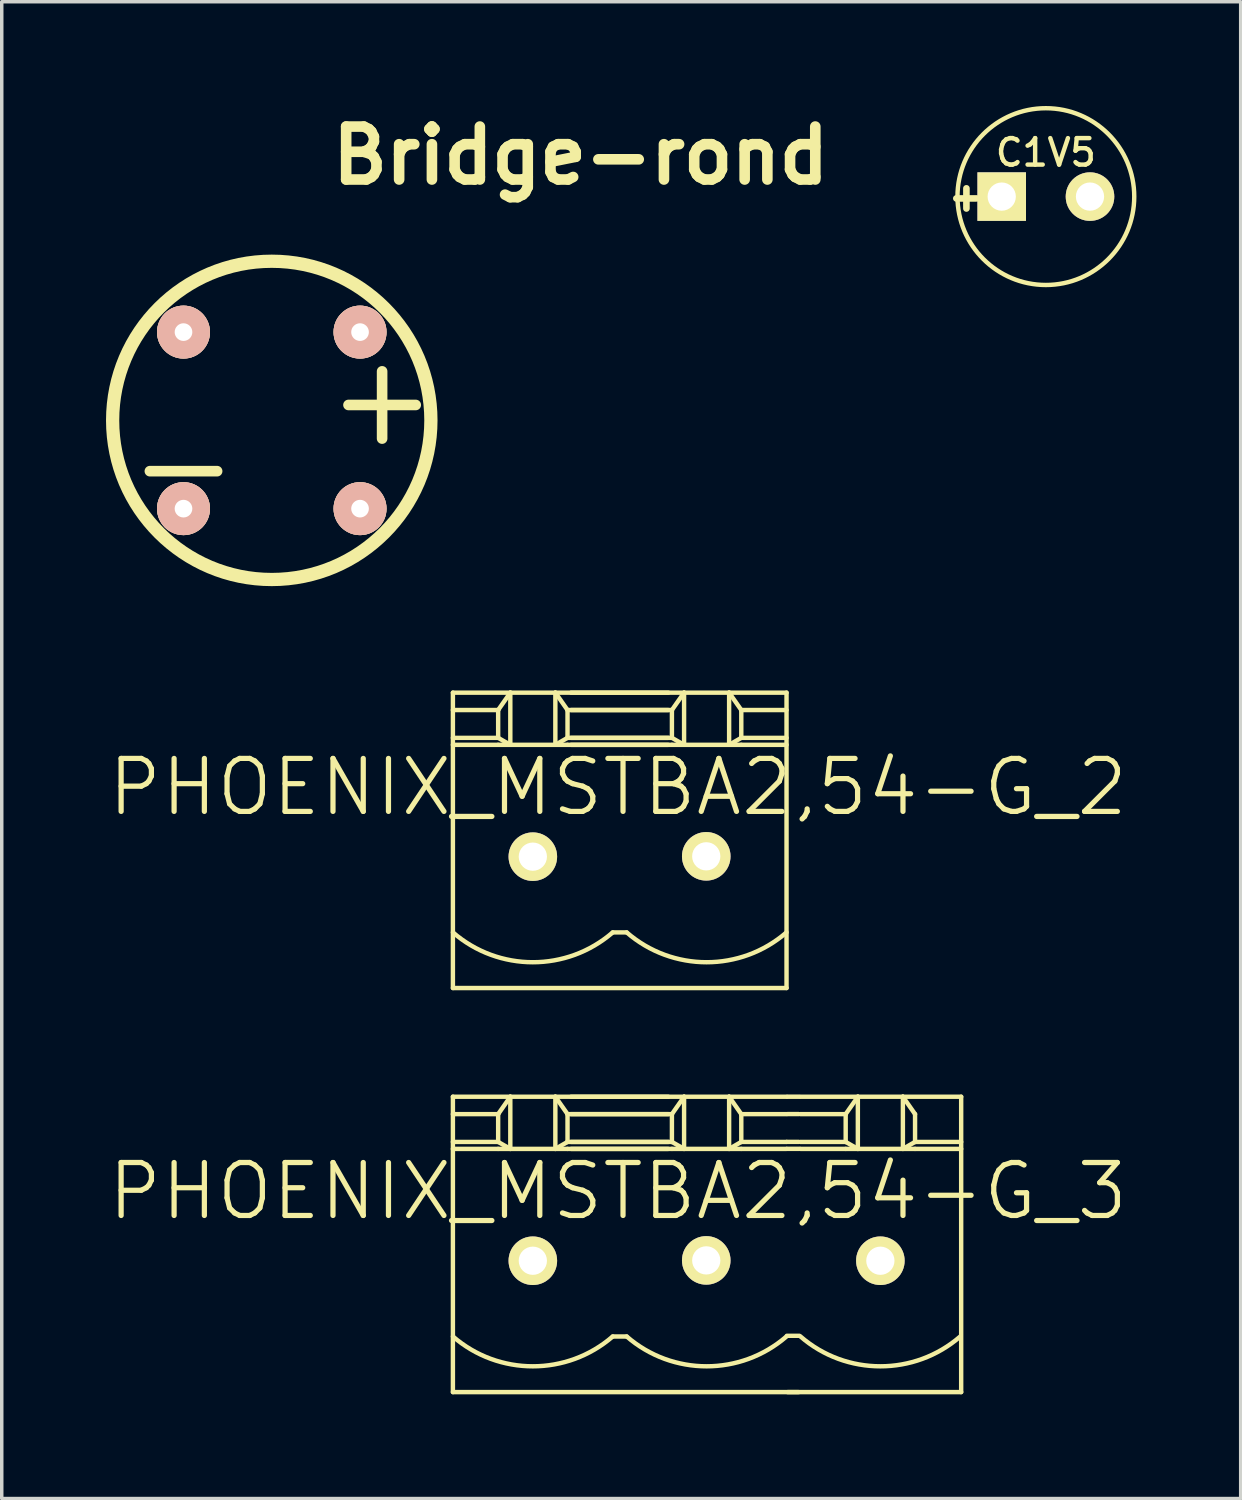
<source format=kicad_pcb>
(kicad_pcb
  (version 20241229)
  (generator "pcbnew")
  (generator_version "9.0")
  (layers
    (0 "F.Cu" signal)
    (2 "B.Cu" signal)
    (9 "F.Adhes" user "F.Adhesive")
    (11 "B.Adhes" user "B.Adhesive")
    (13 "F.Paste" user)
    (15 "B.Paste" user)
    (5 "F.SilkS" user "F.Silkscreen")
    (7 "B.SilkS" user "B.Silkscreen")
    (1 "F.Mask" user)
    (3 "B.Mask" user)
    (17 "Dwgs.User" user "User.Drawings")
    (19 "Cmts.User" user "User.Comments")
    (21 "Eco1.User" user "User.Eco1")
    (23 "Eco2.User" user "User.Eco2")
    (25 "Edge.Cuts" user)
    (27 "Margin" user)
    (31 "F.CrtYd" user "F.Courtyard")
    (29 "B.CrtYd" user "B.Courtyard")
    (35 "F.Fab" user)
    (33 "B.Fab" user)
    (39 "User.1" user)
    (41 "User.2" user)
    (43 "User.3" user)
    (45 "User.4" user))
  (footprint "Bridge-rond"
    (layer "F.Cu")
    (at 2.23 6.506)
    (property "Reference" "Bridge-rond" (at 11.43 -5.08 0) (layer "F.SilkS") (effects (font (size 1.524 1.524) (thickness 0.305))))
    (attr through_hole)
    (fp_circle (center 2.54 2.54) (end 6.35 5.08) (stroke (width 0.381) (type solid)) (fill no) (layer "F.SilkS"))
    (fp_text user "+" (at 5.715 1.905 0) (layer "F.SilkS") (effects (font (size 2.54 2.54) (thickness 0.305))))
    (fp_text user "-" (at 0 3.81 0) (layer "F.SilkS") (effects (font (size 2.54 2.54) (thickness 0.305))))
    (pad "1" thru_hole circle (at 0 5.08) (size 1.524 1.524) (drill 0.508) (layers "*.Cu" "*.SilkS" "*.Mask"))
    (pad "2" thru_hole circle (at 5.08 5.08) (size 1.524 1.524) (drill 0.508) (layers "*.Cu" "*.SilkS" "*.Mask"))
    (pad "3" thru_hole circle (at 5.08 0) (size 1.524 1.524) (drill 0.508) (layers "*.Cu" "*.SilkS" "*.Mask"))
    (pad "4" thru_hole circle (at 0 0) (size 1.524 1.524) (drill 0.508) (layers "*.Cu" "*.SilkS" "*.Mask")))
  (footprint "PHOENIX_MSTBA2,54-G_2"
    (layer "F.Cu")
    (at 14.732 21.6)
    (property "Reference" "PHOENIX_MSTBA2,54-G_2" (at 0 -2 0) (layer "F.SilkS") (effects (font (size 1.524 1.524) (thickness 0.15))))
    (attr exclude_from_pos_files exclude_from_bom)
    (fp_line (start -4.75 -4.72) (end -4.75 3.78) (stroke (width 0.127) (type solid)) (layer "F.SilkS"))
    (fp_line (start -4.75 -4.719) (end -3.098 -4.719) (stroke (width 0.127) (type solid)) (layer "F.SilkS"))
    (fp_line (start -3.448 -4.219) (end -4.75 -4.219) (stroke (width 0.127) (type solid)) (layer "F.SilkS"))
    (fp_line (start -3.448 -4.219) (end -3.098 -4.719) (stroke (width 0.127) (type solid)) (layer "F.SilkS"))
    (fp_line (start -3.448 -3.419) (end -4.75 -3.419) (stroke (width 0.127) (type solid)) (layer "F.SilkS"))
    (fp_line (start -3.448 -3.419) (end -3.448 -4.219) (stroke (width 0.127) (type solid)) (layer "F.SilkS"))
    (fp_line (start -3.448 -3.419) (end -3.098 -3.218) (stroke (width 0.127) (type solid)) (layer "F.SilkS"))
    (fp_line (start -3.448 -3.218) (end -4.75 -3.218) (stroke (width 0.127) (type solid)) (layer "F.SilkS"))
    (fp_line (start -3.448 -3.218) (end -3.098 -3.218) (stroke (width 0.127) (type solid)) (layer "F.SilkS"))
    (fp_line (start -3.098 -4.719) (end -3.098 -3.218) (stroke (width 0.127) (type solid)) (layer "F.SilkS"))
    (fp_line (start -3.098 -4.719) (end -1.802 -4.719) (stroke (width 0.127) (type solid)) (layer "F.SilkS"))
    (fp_line (start -3.098 -3.218) (end -1.802 -3.218) (stroke (width 0.127) (type solid)) (layer "F.SilkS"))
    (fp_line (start -1.802 -4.719) (end -1.802 -3.218) (stroke (width 0.127) (type solid)) (layer "F.SilkS"))
    (fp_line (start -1.802 -4.719) (end -1.452 -4.219) (stroke (width 0.127) (type solid)) (layer "F.SilkS"))
    (fp_line (start -1.802 -4.719) (end 1.449 -4.719) (stroke (width 0.127) (type solid)) (layer "F.SilkS"))
    (fp_line (start -1.802 -3.218) (end -1.452 -3.218) (stroke (width 0.127) (type solid)) (layer "F.SilkS"))
    (fp_line (start -1.452 -4.219) (end -1.452 -3.419) (stroke (width 0.127) (type solid)) (layer "F.SilkS"))
    (fp_line (start -1.452 -4.219) (end 1.449 -4.219) (stroke (width 0.127) (type solid)) (layer "F.SilkS"))
    (fp_line (start -1.452 -3.419) (end -1.802 -3.218) (stroke (width 0.127) (type solid)) (layer "F.SilkS"))
    (fp_line (start -1.452 -3.419) (end 1.449 -3.419) (stroke (width 0.127) (type solid)) (layer "F.SilkS"))
    (fp_line (start -1.452 -3.218) (end 1.449 -3.218) (stroke (width 0.127) (type solid)) (layer "F.SilkS"))
    (fp_line (start -1.349 -4.719) (end 1.902 -4.719) (stroke (width 0.127) (type solid)) (layer "F.SilkS"))
    (fp_line (start -0.15 2.18) (end 0.25 2.18) (stroke (width 0.127) (type solid)) (layer "F.SilkS"))
    (fp_line (start 1.552 -4.219) (end -1.349 -4.219) (stroke (width 0.127) (type solid)) (layer "F.SilkS"))
    (fp_line (start 1.552 -4.219) (end 1.902 -4.719) (stroke (width 0.127) (type solid)) (layer "F.SilkS"))
    (fp_line (start 1.552 -3.419) (end -1.349 -3.419) (stroke (width 0.127) (type solid)) (layer "F.SilkS"))
    (fp_line (start 1.552 -3.419) (end 1.552 -4.219) (stroke (width 0.127) (type solid)) (layer "F.SilkS"))
    (fp_line (start 1.552 -3.419) (end 1.902 -3.218) (stroke (width 0.127) (type solid)) (layer "F.SilkS"))
    (fp_line (start 1.552 -3.218) (end -1.349 -3.218) (stroke (width 0.127) (type solid)) (layer "F.SilkS"))
    (fp_line (start 1.552 -3.218) (end 1.902 -3.218) (stroke (width 0.127) (type solid)) (layer "F.SilkS"))
    (fp_line (start 1.902 -4.719) (end 1.902 -3.218) (stroke (width 0.127) (type solid)) (layer "F.SilkS"))
    (fp_line (start 1.902 -4.719) (end 3.198 -4.719) (stroke (width 0.127) (type solid)) (layer "F.SilkS"))
    (fp_line (start 1.902 -3.218) (end 3.198 -3.218) (stroke (width 0.127) (type solid)) (layer "F.SilkS"))
    (fp_line (start 3.198 -4.719) (end 3.198 -3.218) (stroke (width 0.127) (type solid)) (layer "F.SilkS"))
    (fp_line (start 3.198 -4.719) (end 3.548 -4.219) (stroke (width 0.127) (type solid)) (layer "F.SilkS"))
    (fp_line (start 3.198 -4.719) (end 4.85 -4.719) (stroke (width 0.127) (type solid)) (layer "F.SilkS"))
    (fp_line (start 3.198 -3.218) (end 3.548 -3.218) (stroke (width 0.127) (type solid)) (layer "F.SilkS"))
    (fp_line (start 3.548 -4.219) (end 3.548 -3.419) (stroke (width 0.127) (type solid)) (layer "F.SilkS"))
    (fp_line (start 3.548 -4.219) (end 4.85 -4.219) (stroke (width 0.127) (type solid)) (layer "F.SilkS"))
    (fp_line (start 3.548 -3.419) (end 3.198 -3.218) (stroke (width 0.127) (type solid)) (layer "F.SilkS"))
    (fp_line (start 3.548 -3.419) (end 4.85 -3.419) (stroke (width 0.127) (type solid)) (layer "F.SilkS"))
    (fp_line (start 3.548 -3.218) (end 4.85 -3.218) (stroke (width 0.127) (type solid)) (layer "F.SilkS"))
    (fp_line (start 4.85 -4.72) (end 4.85 3.78) (stroke (width 0.127) (type solid)) (layer "F.SilkS"))
    (fp_line (start 4.85 3.78) (end -4.749 3.78) (stroke (width 0.127) (type solid)) (layer "F.SilkS"))
    (fp_arc (start -0.1513 2.17964) (mid -2.450133 3.037896) (end -4.748901 2.179466) (stroke (width 0.127) (type solid)) (layer "F.SilkS"))
    (fp_arc (start 4.8487 2.17964) (mid 2.549867 3.037896) (end 0.251099 2.179466) (stroke (width 0.127) (type solid)) (layer "F.SilkS"))
    (pad "1" thru_hole rect (at -2.45 -0.02) (size 0.001 0.001) (drill 1.298) (layers "*.Cu" "F.Mask" "F.SilkS" "F.Paste"))
    (pad "1" thru_hole circle (at -2.45 0) (size 1.397 1.397) (drill 0.813) (layers "*.Cu" "*.Mask" "F.SilkS"))
    (pad "1" thru_hole rect (at 2.55 -0.02) (size 0.001 0.001) (drill 1.298) (layers "*.Cu" "F.Mask" "F.SilkS" "F.Paste"))
    (pad "2" thru_hole circle (at 2.54 -0.01) (size 1.397 1.397) (drill 0.813) (layers "*.Cu" "*.Mask" "F.SilkS")))
  (footprint "PHOENIX_MSTBA2,54-G_3"
    (layer "F.Cu")
    (at 17.232 33.227)
    (property "Reference" "PHOENIX_MSTBA2,54-G_3" (at -2.5 -2 0) (layer "F.SilkS") (effects (font (size 1.524 1.524) (thickness 0.15))))
    (attr exclude_from_pos_files exclude_from_bom)
    (fp_line (start -7.25 -4.72) (end -7.25 3.78) (stroke (width 0.127) (type solid)) (layer "F.SilkS"))
    (fp_line (start -7.25 -4.719) (end -5.598 -4.719) (stroke (width 0.127) (type solid)) (layer "F.SilkS"))
    (fp_line (start -5.948 -4.219) (end -7.25 -4.219) (stroke (width 0.127) (type solid)) (layer "F.SilkS"))
    (fp_line (start -5.948 -4.219) (end -5.598 -4.719) (stroke (width 0.127) (type solid)) (layer "F.SilkS"))
    (fp_line (start -5.948 -3.419) (end -7.25 -3.419) (stroke (width 0.127) (type solid)) (layer "F.SilkS"))
    (fp_line (start -5.948 -3.419) (end -5.948 -4.219) (stroke (width 0.127) (type solid)) (layer "F.SilkS"))
    (fp_line (start -5.948 -3.419) (end -5.598 -3.218) (stroke (width 0.127) (type solid)) (layer "F.SilkS"))
    (fp_line (start -5.948 -3.218) (end -7.25 -3.218) (stroke (width 0.127) (type solid)) (layer "F.SilkS"))
    (fp_line (start -5.948 -3.218) (end -5.598 -3.218) (stroke (width 0.127) (type solid)) (layer "F.SilkS"))
    (fp_line (start -5.598 -4.719) (end -5.598 -3.218) (stroke (width 0.127) (type solid)) (layer "F.SilkS"))
    (fp_line (start -5.598 -4.719) (end -4.302 -4.719) (stroke (width 0.127) (type solid)) (layer "F.SilkS"))
    (fp_line (start -5.598 -3.218) (end -4.302 -3.218) (stroke (width 0.127) (type solid)) (layer "F.SilkS"))
    (fp_line (start -4.302 -4.719) (end -4.302 -3.218) (stroke (width 0.127) (type solid)) (layer "F.SilkS"))
    (fp_line (start -4.302 -4.719) (end -3.952 -4.219) (stroke (width 0.127) (type solid)) (layer "F.SilkS"))
    (fp_line (start -4.302 -4.719) (end -1.051 -4.719) (stroke (width 0.127) (type solid)) (layer "F.SilkS"))
    (fp_line (start -4.302 -3.218) (end -3.952 -3.218) (stroke (width 0.127) (type solid)) (layer "F.SilkS"))
    (fp_line (start -3.952 -4.219) (end -3.952 -3.419) (stroke (width 0.127) (type solid)) (layer "F.SilkS"))
    (fp_line (start -3.952 -4.219) (end -1.051 -4.219) (stroke (width 0.127) (type solid)) (layer "F.SilkS"))
    (fp_line (start -3.952 -3.419) (end -4.302 -3.218) (stroke (width 0.127) (type solid)) (layer "F.SilkS"))
    (fp_line (start -3.952 -3.419) (end -1.051 -3.419) (stroke (width 0.127) (type solid)) (layer "F.SilkS"))
    (fp_line (start -3.952 -3.218) (end -1.051 -3.218) (stroke (width 0.127) (type solid)) (layer "F.SilkS"))
    (fp_line (start -3.849 -4.719) (end -0.598 -4.719) (stroke (width 0.127) (type solid)) (layer "F.SilkS"))
    (fp_line (start -2.65 2.18) (end -2.25 2.18) (stroke (width 0.127) (type solid)) (layer "F.SilkS"))
    (fp_line (start -0.948 -4.219) (end -3.849 -4.219) (stroke (width 0.127) (type solid)) (layer "F.SilkS"))
    (fp_line (start -0.948 -4.219) (end -0.598 -4.719) (stroke (width 0.127) (type solid)) (layer "F.SilkS"))
    (fp_line (start -0.948 -3.419) (end -3.849 -3.419) (stroke (width 0.127) (type solid)) (layer "F.SilkS"))
    (fp_line (start -0.948 -3.419) (end -0.948 -4.219) (stroke (width 0.127) (type solid)) (layer "F.SilkS"))
    (fp_line (start -0.948 -3.419) (end -0.598 -3.218) (stroke (width 0.127) (type solid)) (layer "F.SilkS"))
    (fp_line (start -0.948 -3.218) (end -3.849 -3.218) (stroke (width 0.127) (type solid)) (layer "F.SilkS"))
    (fp_line (start -0.948 -3.218) (end -0.598 -3.218) (stroke (width 0.127) (type solid)) (layer "F.SilkS"))
    (fp_line (start -0.598 -4.719) (end -0.598 -3.218) (stroke (width 0.127) (type solid)) (layer "F.SilkS"))
    (fp_line (start -0.598 -4.719) (end 0.698 -4.719) (stroke (width 0.127) (type solid)) (layer "F.SilkS"))
    (fp_line (start -0.598 -3.218) (end 0.698 -3.218) (stroke (width 0.127) (type solid)) (layer "F.SilkS"))
    (fp_line (start 0.698 -4.719) (end 0.698 -3.218) (stroke (width 0.127) (type solid)) (layer "F.SilkS"))
    (fp_line (start 0.698 -4.719) (end 1.048 -4.219) (stroke (width 0.127) (type solid)) (layer "F.SilkS"))
    (fp_line (start 0.698 -4.719) (end 2.35 -4.719) (stroke (width 0.127) (type solid)) (layer "F.SilkS"))
    (fp_line (start 0.698 -3.218) (end 1.048 -3.218) (stroke (width 0.127) (type solid)) (layer "F.SilkS"))
    (fp_line (start 1.048 -4.219) (end 1.048 -3.419) (stroke (width 0.127) (type solid)) (layer "F.SilkS"))
    (fp_line (start 1.048 -4.219) (end 2.35 -4.219) (stroke (width 0.127) (type solid)) (layer "F.SilkS"))
    (fp_line (start 1.048 -3.419) (end 0.698 -3.218) (stroke (width 0.127) (type solid)) (layer "F.SilkS"))
    (fp_line (start 1.048 -3.419) (end 2.35 -3.419) (stroke (width 0.127) (type solid)) (layer "F.SilkS"))
    (fp_line (start 1.048 -3.218) (end 2.35 -3.218) (stroke (width 0.127) (type solid)) (layer "F.SilkS"))
    (fp_line (start 2.36 -3.42) (end 2.7 -3.42) (stroke (width 0.127) (type solid)) (layer "F.SilkS"))
    (fp_line (start 2.36 -3.22) (end 2.73 -3.22) (stroke (width 0.127) (type solid)) (layer "F.SilkS"))
    (fp_line (start 2.36 2.16) (end 2.72 2.16) (stroke (width 0.127) (type solid)) (layer "F.SilkS"))
    (fp_line (start 2.38 -4.72) (end 2.71 -4.72) (stroke (width 0.127) (type solid)) (layer "F.SilkS"))
    (fp_line (start 2.38 -4.22) (end 2.7 -4.22) (stroke (width 0.127) (type solid)) (layer "F.SilkS"))
    (fp_line (start 2.38 3.78) (end 2.7 3.78) (stroke (width 0.127) (type solid)) (layer "F.SilkS"))
    (fp_line (start 2.75 -4.719) (end 4.402 -4.719) (stroke (width 0.127) (type solid)) (layer "F.SilkS"))
    (fp_line (start 4.052 -4.219) (end 2.75 -4.219) (stroke (width 0.127) (type solid)) (layer "F.SilkS"))
    (fp_line (start 4.052 -4.219) (end 4.402 -4.719) (stroke (width 0.127) (type solid)) (layer "F.SilkS"))
    (fp_line (start 4.052 -3.419) (end 2.75 -3.419) (stroke (width 0.127) (type solid)) (layer "F.SilkS"))
    (fp_line (start 4.052 -3.419) (end 4.052 -4.219) (stroke (width 0.127) (type solid)) (layer "F.SilkS"))
    (fp_line (start 4.052 -3.419) (end 4.402 -3.218) (stroke (width 0.127) (type solid)) (layer "F.SilkS"))
    (fp_line (start 4.052 -3.218) (end 2.75 -3.218) (stroke (width 0.127) (type solid)) (layer "F.SilkS"))
    (fp_line (start 4.052 -3.218) (end 4.402 -3.218) (stroke (width 0.127) (type solid)) (layer "F.SilkS"))
    (fp_line (start 4.402 -4.719) (end 4.402 -3.218) (stroke (width 0.127) (type solid)) (layer "F.SilkS"))
    (fp_line (start 4.402 -4.719) (end 5.698 -4.719) (stroke (width 0.127) (type solid)) (layer "F.SilkS"))
    (fp_line (start 4.402 -3.218) (end 5.698 -3.218) (stroke (width 0.127) (type solid)) (layer "F.SilkS"))
    (fp_line (start 5.698 -4.719) (end 5.698 -3.218) (stroke (width 0.127) (type solid)) (layer "F.SilkS"))
    (fp_line (start 5.698 -4.719) (end 6.048 -4.219) (stroke (width 0.127) (type solid)) (layer "F.SilkS"))
    (fp_line (start 5.698 -4.719) (end 7.375 -4.719) (stroke (width 0.127) (type solid)) (layer "F.SilkS"))
    (fp_line (start 5.698 -3.218) (end 6.048 -3.218) (stroke (width 0.127) (type solid)) (layer "F.SilkS"))
    (fp_line (start 6.048 -4.219) (end 6.048 -3.419) (stroke (width 0.127) (type solid)) (layer "F.SilkS"))
    (fp_line (start 6.048 -3.419) (end 5.698 -3.218) (stroke (width 0.127) (type solid)) (layer "F.SilkS"))
    (fp_line (start 6.048 -3.419) (end 7.375 -3.419) (stroke (width 0.127) (type solid)) (layer "F.SilkS"))
    (fp_line (start 6.048 -3.218) (end 7.375 -3.218) (stroke (width 0.127) (type solid)) (layer "F.SilkS"))
    (fp_line (start 7.375 3.78) (end -7.249 3.78) (stroke (width 0.127) (type solid)) (layer "F.SilkS"))
    (fp_line (start 7.375 3.78) (end 7.375 -4.719) (stroke (width 0.127) (type solid)) (layer "F.SilkS"))
    (fp_arc (start -2.6513 2.17964) (mid -4.950133 3.037896) (end -7.248901 2.179466) (stroke (width 0.127) (type solid)) (layer "F.SilkS"))
    (fp_arc (start 2.3487 2.17964) (mid 0.049867 3.037896) (end -2.248901 2.179466) (stroke (width 0.127) (type solid)) (layer "F.SilkS"))
    (fp_arc (start 7.3487 2.17964) (mid 5.049867 3.037896) (end 2.751099 2.179466) (stroke (width 0.127) (type solid)) (layer "F.SilkS"))
    (pad "1" thru_hole rect (at -4.95 -0.02) (size 0.001 0.001) (drill 1.298) (layers "*.Cu" "F.Mask" "F.SilkS" "F.Paste"))
    (pad "1" thru_hole circle (at -4.95 0) (size 1.397 1.397) (drill 0.813) (layers "*.Cu" "*.Mask" "F.SilkS"))
    (pad "1" thru_hole rect (at 0.05 -0.02) (size 0.001 0.001) (drill 1.298) (layers "*.Cu" "F.Mask" "F.SilkS" "F.Paste"))
    (pad "1" thru_hole rect (at 5.05 -0.02) (size 0.001 0.001) (drill 1.298) (layers "*.Cu" "F.Mask" "F.SilkS" "F.Paste"))
    (pad "2" thru_hole circle (at 0.04 -0.01) (size 1.397 1.397) (drill 0.813) (layers "*.Cu" "*.Mask" "F.SilkS"))
    (pad "3" thru_hole circle (at 5.05 0) (size 1.397 1.397) (drill 0.813) (layers "*.Cu" "*.Mask" "F.SilkS")))
  (footprint "C1V5"
    (layer "F.Cu")
    (at 27.044 2.607)
    (property "Reference" "C1V5" (at 0 -1.267 0) (layer "F.SilkS") (effects (font (size 0.762 0.762) (thickness 0.127))))
    (attr through_hole)
    (fp_circle (center 0 0) (end 0.127 -2.54) (stroke (width 0.127) (type solid)) (fill no) (layer "F.SilkS"))
    (fp_text user "+" (at -2.286 0 0) (layer "F.SilkS") (effects (font (size 0.762 0.762) (thickness 0.191))))
    (pad "1" thru_hole rect (at -1.27 0) (size 1.397 1.397) (drill 0.813) (layers "*.Cu" "*.Mask" "F.SilkS"))
    (pad "2" thru_hole circle (at 1.27 0) (size 1.397 1.397) (drill 0.813) (layers "*.Cu" "*.Mask" "F.SilkS")))
  (gr_rect
    (start -3 -3)
    (end 32.65 40.07)
    (stroke (width 0.1) (type default))
    (fill no)
    (layer "Edge.Cuts")))
</source>
